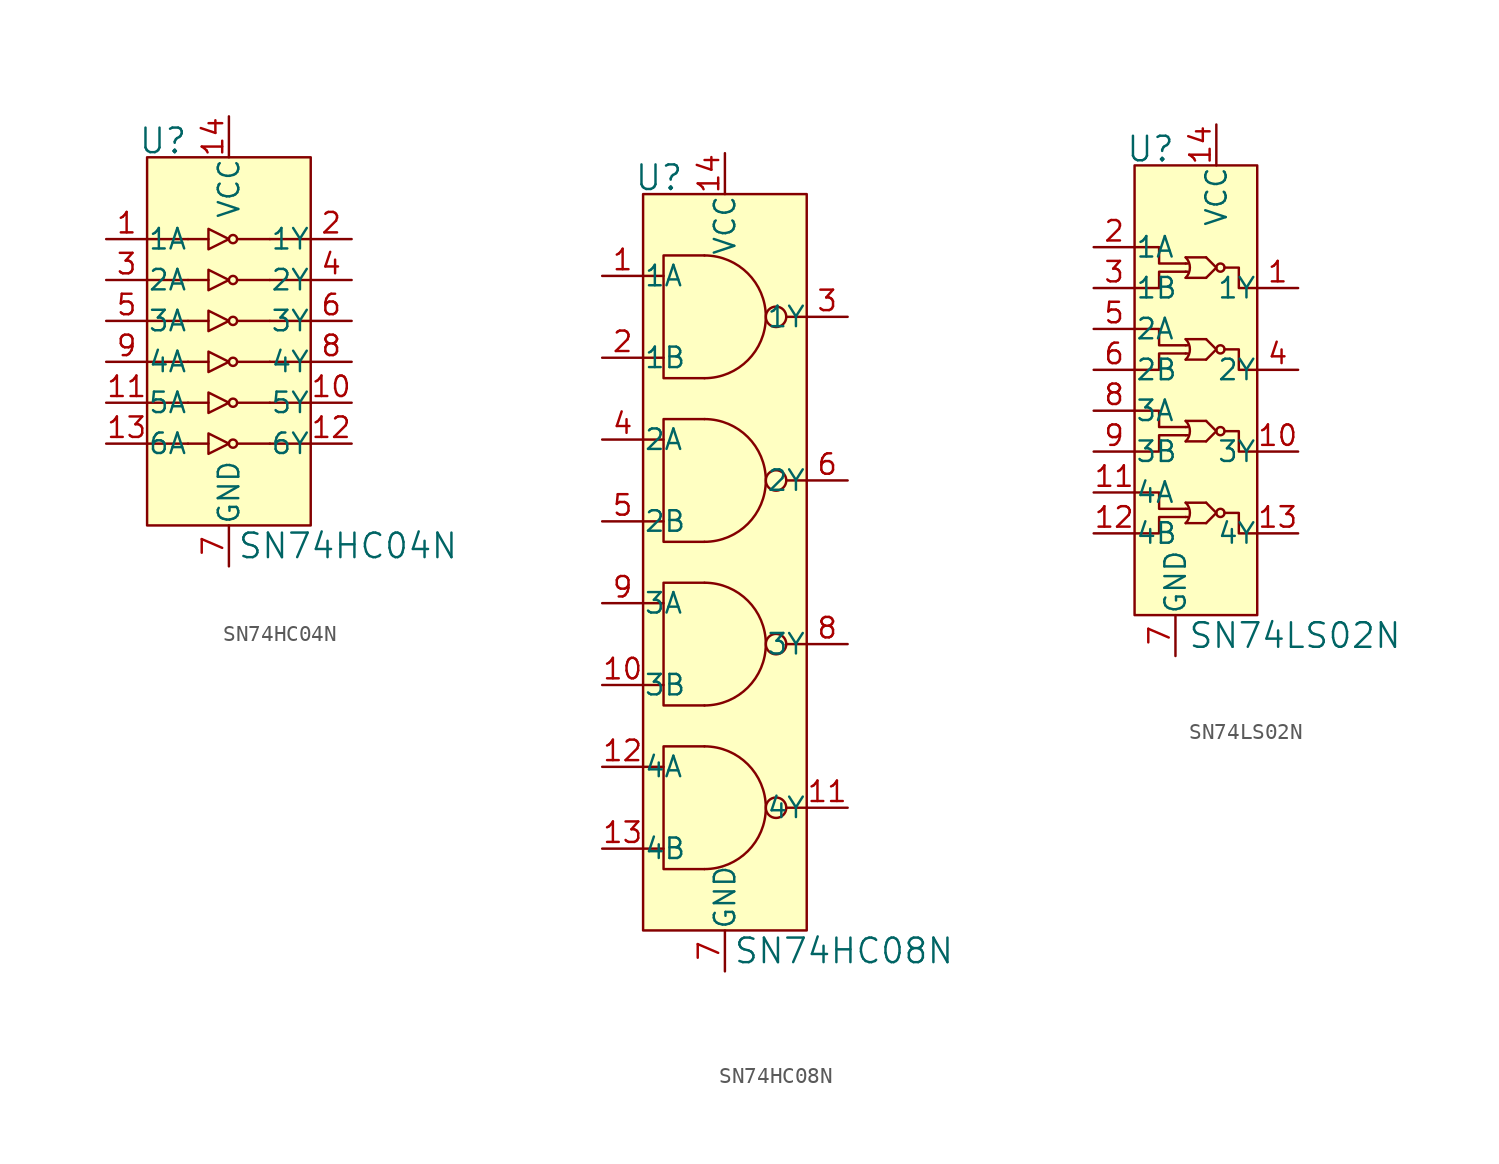
<source format=kicad_sym>
(kicad_symbol_lib
  (version 20220914)
  (generator kicad_symbol_editor)
  (symbol "SN74HC04N"
    (pin_names
      (offset 0.025))
    (property "Reference" "U"
      (at -2.54 13.716 0)
      (effects (font (size 1.524 1.524)) (justify right)))
    (property "Value" "SN74HC04N"
      (at 0.508 -11.43 0)
      (effects (font (size 1.524 1.524)) (justify left)))
    (symbol "SN74HC04N_0_1"
      (rectangle (start -5.08 12.7) (end 5.08 -10.16) (stroke (width 0) (type default)) (fill (type background)))
      (polyline (pts (xy -2.54 -5.08) (xy -5.08 -5.08)) (stroke (width 0) (type default)) (fill (type none)))
      (polyline (pts (xy -2.54 -2.54) (xy -5.08 -2.54)) (stroke (width 0) (type default)) (fill (type none)))
      (polyline (pts (xy -2.54 -2.54) (xy -1.27 -2.54)) (stroke (width 0) (type default)) (fill (type none)))
      (polyline (pts (xy -2.54 0) (xy -5.08 0)) (stroke (width 0) (type default)) (fill (type none)))
      (polyline (pts (xy -2.54 2.54) (xy -5.08 2.54)) (stroke (width 0) (type default)) (fill (type none)))
      (polyline (pts (xy -2.54 2.54) (xy -1.27 2.54)) (stroke (width 0) (type default)) (fill (type none)))
      (polyline (pts (xy -2.54 5.08) (xy -5.08 5.08)) (stroke (width 0) (type default)) (fill (type none)))
      (polyline (pts (xy -2.54 7.62) (xy -5.08 7.62)) (stroke (width 0) (type default)) (fill (type none)))
      (polyline (pts (xy -1.27 -5.08) (xy -2.54 -5.08)) (stroke (width 0) (type default)) (fill (type none)))
      (polyline (pts (xy -1.27 0) (xy -2.54 0)) (stroke (width 0) (type default)) (fill (type none)))
      (polyline (pts (xy -1.27 5.08) (xy -2.54 5.08)) (stroke (width 0) (type default)) (fill (type none)))
      (polyline (pts (xy -1.27 7.62) (xy -2.54 7.62)) (stroke (width 0) (type default)) (fill (type none)))
      (polyline (pts (xy 0.508 -5.08) (xy 2.54 -5.08)) (stroke (width 0) (type default)) (fill (type none)))
      (polyline (pts (xy 0.508 0) (xy 2.54 0)) (stroke (width 0) (type default)) (fill (type none)))
      (polyline (pts (xy 0.508 2.54) (xy 2.54 2.54)) (stroke (width 0) (type default)) (fill (type none)))
      (polyline (pts (xy 0.508 5.08) (xy 2.54 5.08)) (stroke (width 0) (type default)) (fill (type none)))
      (polyline (pts (xy 2.54 -2.54) (xy 0.508 -2.54)) (stroke (width 0) (type default)) (fill (type none)))
      (polyline (pts (xy 2.54 7.62) (xy 0.508 7.62)) (stroke (width 0) (type default)) (fill (type none)))
      (polyline (pts (xy 5.08 -5.08) (xy 2.54 -5.08)) (stroke (width 0) (type default)) (fill (type none)))
      (polyline (pts (xy 5.08 -2.54) (xy 2.54 -2.54)) (stroke (width 0) (type default)) (fill (type none)))
      (polyline (pts (xy 5.08 0) (xy 2.54 0)) (stroke (width 0) (type default)) (fill (type none)))
      (polyline (pts (xy 5.08 2.54) (xy 2.54 2.54)) (stroke (width 0) (type default)) (fill (type none)))
      (polyline (pts (xy 5.08 5.08) (xy 2.54 5.08)) (stroke (width 0) (type default)) (fill (type none)))
      (polyline (pts (xy 5.08 7.62) (xy 2.54 7.62)) (stroke (width 0) (type default)) (fill (type none)))
      (polyline (pts (xy -1.27 -4.445) (xy -1.27 -5.715) (xy 0 -5.08) (xy -1.27 -4.445)) (stroke (width 0) (type default)) (fill (type none)))
      (polyline (pts (xy -1.27 -1.905) (xy -1.27 -3.175) (xy 0 -2.54) (xy -1.27 -1.905)) (stroke (width 0) (type default)) (fill (type none)))
      (polyline (pts (xy -1.27 0.635) (xy -1.27 -0.635) (xy 0 0) (xy -1.27 0.635)) (stroke (width 0) (type default)) (fill (type none)))
      (polyline (pts (xy -1.27 3.175) (xy -1.27 1.905) (xy 0 2.54) (xy -1.27 3.175)) (stroke (width 0) (type default)) (fill (type none)))
      (polyline (pts (xy -1.27 5.715) (xy -1.27 4.445) (xy 0 5.08) (xy -1.27 5.715)) (stroke (width 0) (type default)) (fill (type none)))
      (polyline (pts (xy -1.27 8.255) (xy -1.27 6.985) (xy 0 7.62) (xy -1.27 8.255)) (stroke (width 0) (type default)) (fill (type none)))
      (circle (center 0.254 -5.08) (radius 0.254) (stroke (width 0) (type default)) (fill (type none)))
      (circle (center 0.254 -2.54) (radius 0.254) (stroke (width 0) (type default)) (fill (type none)))
      (circle (center 0.254 0) (radius 0.254) (stroke (width 0) (type default)) (fill (type none)))
      (circle (center 0.254 2.54) (radius 0.254) (stroke (width 0) (type default)) (fill (type none)))
      (circle (center 0.254 5.08) (radius 0.254) (stroke (width 0) (type default)) (fill (type none)))
      (circle (center 0.254 7.62) (radius 0.254) (stroke (width 0) (type default)) (fill (type none))))
    (symbol "SN74HC04N_1_1"
      (pin input line (at -7.62 7.62 0) (length 2.54) (name "1A" (effects (font (size 1.27 1.27)))) (number "1" (effects (font (size 1.27 1.27)))))
      (pin output line (at 7.62 -2.54 180) (length 2.54) (name "5Y" (effects (font (size 1.27 1.27)))) (number "10" (effects (font (size 1.27 1.27)))))
      (pin input line (at -7.62 -2.54 0) (length 2.54) (name "5A" (effects (font (size 1.27 1.27)))) (number "11" (effects (font (size 1.27 1.27)))))
      (pin output line (at 7.62 -5.08 180) (length 2.54) (name "6Y" (effects (font (size 1.27 1.27)))) (number "12" (effects (font (size 1.27 1.27)))))
      (pin input line (at -7.62 -5.08 0) (length 2.54) (name "6A" (effects (font (size 1.27 1.27)))) (number "13" (effects (font (size 1.27 1.27)))))
      (pin power_in line (at 0 15.24 270) (length 2.54) (name "VCC" (effects (font (size 1.27 1.27)))) (number "14" (effects (font (size 1.27 1.27)))))
      (pin output line (at 7.62 7.62 180) (length 2.54) (name "1Y" (effects (font (size 1.27 1.27)))) (number "2" (effects (font (size 1.27 1.27)))))
      (pin input line (at -7.62 5.08 0) (length 2.54) (name "2A" (effects (font (size 1.27 1.27)))) (number "3" (effects (font (size 1.27 1.27)))))
      (pin output line (at 7.62 5.08 180) (length 2.54) (name "2Y" (effects (font (size 1.27 1.27)))) (number "4" (effects (font (size 1.27 1.27)))))
      (pin input line (at -7.62 2.54 0) (length 2.54) (name "3A" (effects (font (size 1.27 1.27)))) (number "5" (effects (font (size 1.27 1.27)))))
      (pin output line (at 7.62 2.54 180) (length 2.54) (name "3Y" (effects (font (size 1.27 1.27)))) (number "6" (effects (font (size 1.27 1.27)))))
      (pin power_in line (at 0 -12.7 90) (length 2.54) (name "GND" (effects (font (size 1.27 1.27)))) (number "7" (effects (font (size 1.27 1.27)))))
      (pin output line (at 7.62 0 180) (length 2.54) (name "4Y" (effects (font (size 1.27 1.27)))) (number "8" (effects (font (size 1.27 1.27)))))
      (pin input line (at -7.62 0 0) (length 2.54) (name "4A" (effects (font (size 1.27 1.27)))) (number "9" (effects (font (size 1.27 1.27)))))))
  (symbol "SN74HC08N"
    (pin_names
      (offset 0.025))
    (property "Reference" "U"
      (at -2.54 8.636 0)
      (effects (font (size 1.524 1.524)) (justify right)))
    (property "Value" "SN74HC08N"
      (at 0.508 -39.37 0)
      (effects (font (size 1.524 1.524)) (justify left)))
    (symbol "SN74HC08N_0_1"
      (rectangle (start -5.08 7.62) (end 5.08 -38.1) (stroke (width 0) (type default)) (fill (type background)))
      (arc (start -1.27 -34.29) (mid 2.5234 -30.48) (end -1.27 -26.67) (stroke (width 0) (type default)) (fill (type none)))
      (arc (start -1.27 -24.13) (mid 2.5234 -20.32) (end -1.27 -16.51) (stroke (width 0) (type default)) (fill (type none)))
      (arc (start -1.27 -13.97) (mid 2.5234 -10.16) (end -1.27 -6.35) (stroke (width 0) (type default)) (fill (type none)))
      (arc (start -1.27 -3.81) (mid 2.5234 0) (end -1.27 3.81) (stroke (width 0) (type default)) (fill (type none)))
      (polyline (pts (xy -5.08 -33.02) (xy -3.81 -33.02)) (stroke (width 0) (type default)) (fill (type none)))
      (polyline (pts (xy -5.08 -22.86) (xy -3.81 -22.86)) (stroke (width 0) (type default)) (fill (type none)))
      (polyline (pts (xy -5.08 -7.62) (xy -3.81 -7.62)) (stroke (width 0) (type default)) (fill (type none)))
      (polyline (pts (xy -3.81 -27.94) (xy -5.08 -27.94)) (stroke (width 0) (type default)) (fill (type none)))
      (polyline (pts (xy -3.81 -17.78) (xy -5.08 -17.78)) (stroke (width 0) (type default)) (fill (type none)))
      (polyline (pts (xy -3.81 -12.7) (xy -5.08 -12.7)) (stroke (width 0) (type default)) (fill (type none)))
      (polyline (pts (xy -3.81 -2.54) (xy -5.08 -2.54)) (stroke (width 0) (type default)) (fill (type none)))
      (polyline (pts (xy -3.81 2.54) (xy -5.08 2.54)) (stroke (width 0) (type default)) (fill (type none)))
      (polyline (pts (xy 3.81 -30.48) (xy 5.08 -30.48)) (stroke (width 0) (type default)) (fill (type none)))
      (polyline (pts (xy 3.81 -20.32) (xy 5.08 -20.32)) (stroke (width 0) (type default)) (fill (type none)))
      (polyline (pts (xy 3.81 -10.16) (xy 5.08 -10.16)) (stroke (width 0) (type default)) (fill (type none)))
      (polyline (pts (xy 3.81 0) (xy 5.08 0)) (stroke (width 0) (type default)) (fill (type none)))
      (polyline (pts (xy -1.27 -26.67) (xy -3.81 -26.67) (xy -3.81 -34.29) (xy -1.27 -34.29)) (stroke (width 0) (type default)) (fill (type none)))
      (polyline (pts (xy -1.27 -16.51) (xy -3.81 -16.51) (xy -3.81 -24.13) (xy -1.27 -24.13)) (stroke (width 0) (type default)) (fill (type none)))
      (polyline (pts (xy -1.27 -6.35) (xy -3.81 -6.35) (xy -3.81 -13.97) (xy -1.27 -13.97)) (stroke (width 0) (type default)) (fill (type none)))
      (polyline (pts (xy -1.27 3.81) (xy -3.81 3.81) (xy -3.81 -3.81) (xy -1.27 -3.81)) (stroke (width 0) (type default)) (fill (type none)))
      (circle (center 3.175 -30.48) (radius 0.635) (stroke (width 0) (type default)) (fill (type none)))
      (circle (center 3.175 -20.32) (radius 0.635) (stroke (width 0) (type default)) (fill (type none)))
      (circle (center 3.175 -10.16) (radius 0.635) (stroke (width 0) (type default)) (fill (type none)))
      (circle (center 3.175 0) (radius 0.635) (stroke (width 0) (type default)) (fill (type none))))
    (symbol "SN74HC08N_1_1"
      (pin input line (at -7.62 2.54 0) (length 2.54) (name "1A" (effects (font (size 1.27 1.27)))) (number "1" (effects (font (size 1.27 1.27)))))
      (pin input line (at -7.62 -22.86 0) (length 2.54) (name "3B" (effects (font (size 1.27 1.27)))) (number "10" (effects (font (size 1.27 1.27)))))
      (pin output line (at 7.62 -30.48 180) (length 2.54) (name "4Y" (effects (font (size 1.27 1.27)))) (number "11" (effects (font (size 1.27 1.27)))))
      (pin input line (at -7.62 -27.94 0) (length 2.54) (name "4A" (effects (font (size 1.27 1.27)))) (number "12" (effects (font (size 1.27 1.27)))))
      (pin input line (at -7.62 -33.02 0) (length 2.54) (name "4B" (effects (font (size 1.27 1.27)))) (number "13" (effects (font (size 1.27 1.27)))))
      (pin power_in line (at 0 10.16 270) (length 2.54) (name "VCC" (effects (font (size 1.27 1.27)))) (number "14" (effects (font (size 1.27 1.27)))))
      (pin input line (at -7.62 -2.54 0) (length 2.54) (name "1B" (effects (font (size 1.27 1.27)))) (number "2" (effects (font (size 1.27 1.27)))))
      (pin output line (at 7.62 0 180) (length 2.54) (name "1Y" (effects (font (size 1.27 1.27)))) (number "3" (effects (font (size 1.27 1.27)))))
      (pin input line (at -7.62 -7.62 0) (length 2.54) (name "2A" (effects (font (size 1.27 1.27)))) (number "4" (effects (font (size 1.27 1.27)))))
      (pin input line (at -7.62 -12.7 0) (length 2.54) (name "2B" (effects (font (size 1.27 1.27)))) (number "5" (effects (font (size 1.27 1.27)))))
      (pin output line (at 7.62 -10.16 180) (length 2.54) (name "2Y" (effects (font (size 1.27 1.27)))) (number "6" (effects (font (size 1.27 1.27)))))
      (pin power_in line (at 0 -40.64 90) (length 2.54) (name "GND" (effects (font (size 1.27 1.27)))) (number "7" (effects (font (size 1.27 1.27)))))
      (pin output line (at 7.62 -20.32 180) (length 2.54) (name "3Y" (effects (font (size 1.27 1.27)))) (number "8" (effects (font (size 1.27 1.27)))))
      (pin input line (at -7.62 -17.78 0) (length 2.54) (name "3A" (effects (font (size 1.27 1.27)))) (number "9" (effects (font (size 1.27 1.27)))))))
  (symbol "SN74LS02N"
    (pin_names
      (offset 0.025))
    (property "Reference" "U"
      (at -2.54 8.636 0)
      (effects (font (size 1.524 1.524)) (justify right)))
    (property "Value" "SN74LS02N"
      (at -1.778 -21.59 0)
      (effects (font (size 1.524 1.524)) (justify left)))
    (symbol "SN74LS02N_0_1"
      (rectangle (start -5.08 7.62) (end 2.54 -20.32) (stroke (width 0) (type default)) (fill (type background)))
      (arc (start -1.905 -14.605) (mid -1.642 -13.97) (end -1.905 -13.335) (stroke (width 0) (type default)) (fill (type none)))
      (arc (start -1.905 -9.525) (mid -1.642 -8.89) (end -1.905 -8.255) (stroke (width 0) (type default)) (fill (type none)))
      (arc (start -1.905 -4.445) (mid -1.642 -3.81) (end -1.905 -3.175) (stroke (width 0) (type default)) (fill (type none)))
      (arc (start -1.905 0.635) (mid -1.642 1.27) (end -1.905 1.905) (stroke (width 0) (type default)) (fill (type none)))
      (polyline (pts (xy -1.905 -14.224) (xy -1.778 -14.224)) (stroke (width 0) (type default)) (fill (type none)))
      (polyline (pts (xy -1.905 -13.716) (xy -1.778 -13.716)) (stroke (width 0) (type default)) (fill (type none)))
      (polyline (pts (xy -1.905 -9.144) (xy -1.778 -9.144)) (stroke (width 0) (type default)) (fill (type none)))
      (polyline (pts (xy -1.905 -8.636) (xy -1.778 -8.636)) (stroke (width 0) (type default)) (fill (type none)))
      (polyline (pts (xy -1.905 -4.064) (xy -1.778 -4.064)) (stroke (width 0) (type default)) (fill (type none)))
      (polyline (pts (xy -1.905 -3.556) (xy -1.778 -3.556)) (stroke (width 0) (type default)) (fill (type none)))
      (polyline (pts (xy -1.905 1.016) (xy -1.778 1.016)) (stroke (width 0) (type default)) (fill (type none)))
      (polyline (pts (xy -1.905 1.524) (xy -1.778 1.524)) (stroke (width 0) (type default)) (fill (type none)))
      (polyline (pts (xy -0.635 -14.605) (xy -1.905 -14.605)) (stroke (width 0) (type default)) (fill (type none)))
      (polyline (pts (xy -0.635 -13.335) (xy -1.905 -13.335)) (stroke (width 0) (type default)) (fill (type none)))
      (polyline (pts (xy -0.635 -9.525) (xy -1.905 -9.525)) (stroke (width 0) (type default)) (fill (type none)))
      (polyline (pts (xy -0.635 -8.255) (xy -1.905 -8.255)) (stroke (width 0) (type default)) (fill (type none)))
      (polyline (pts (xy -0.635 -4.445) (xy -1.905 -4.445)) (stroke (width 0) (type default)) (fill (type none)))
      (polyline (pts (xy -0.635 -3.175) (xy -1.905 -3.175)) (stroke (width 0) (type default)) (fill (type none)))
      (polyline (pts (xy -0.635 0.635) (xy -1.905 0.635)) (stroke (width 0) (type default)) (fill (type none)))
      (polyline (pts (xy -0.635 1.905) (xy -1.905 1.905)) (stroke (width 0) (type default)) (fill (type none)))
      (polyline (pts (xy -0.635 -13.335) (xy 0 -13.97) (xy -0.635 -14.605)) (stroke (width 0) (type default)) (fill (type none)))
      (polyline (pts (xy -0.635 -8.255) (xy 0 -8.89) (xy -0.635 -9.525)) (stroke (width 0) (type default)) (fill (type none)))
      (polyline (pts (xy -0.635 -3.175) (xy 0 -3.81) (xy -0.635 -4.445)) (stroke (width 0) (type default)) (fill (type none)))
      (polyline (pts (xy -0.635 1.905) (xy 0 1.27) (xy -0.635 0.635)) (stroke (width 0) (type default)) (fill (type none)))
      (polyline (pts (xy -5.08 -15.24) (xy -3.556 -15.24) (xy -3.556 -14.224) (xy -1.905 -14.224)) (stroke (width 0) (type default)) (fill (type none)))
      (polyline (pts (xy -5.08 -10.16) (xy -3.556 -10.16) (xy -3.556 -9.144) (xy -1.905 -9.144)) (stroke (width 0) (type default)) (fill (type none)))
      (polyline (pts (xy -5.08 -5.08) (xy -3.556 -5.08) (xy -3.556 -4.064) (xy -1.905 -4.064)) (stroke (width 0) (type default)) (fill (type none)))
      (polyline (pts (xy -5.08 0) (xy -3.556 0) (xy -3.556 1.016) (xy -1.905 1.016)) (stroke (width 0) (type default)) (fill (type none)))
      (polyline (pts (xy -1.905 -13.716) (xy -3.556 -13.716) (xy -3.556 -12.7) (xy -5.08 -12.7)) (stroke (width 0) (type default)) (fill (type none)))
      (polyline (pts (xy -1.905 -8.636) (xy -3.556 -8.636) (xy -3.556 -7.62) (xy -5.08 -7.62)) (stroke (width 0) (type default)) (fill (type none)))
      (polyline (pts (xy -1.905 -3.556) (xy -3.556 -3.556) (xy -3.556 -2.54) (xy -5.08 -2.54)) (stroke (width 0) (type default)) (fill (type none)))
      (polyline (pts (xy -1.905 1.524) (xy -3.556 1.524) (xy -3.556 2.54) (xy -5.08 2.54)) (stroke (width 0) (type default)) (fill (type none)))
      (polyline (pts (xy 0.508 -13.97) (xy 1.397 -13.97) (xy 1.397 -15.24) (xy 2.54 -15.24)) (stroke (width 0) (type default)) (fill (type none)))
      (polyline (pts (xy 0.508 -8.89) (xy 1.397 -8.89) (xy 1.397 -10.16) (xy 2.54 -10.16)) (stroke (width 0) (type default)) (fill (type none)))
      (polyline (pts (xy 0.508 -3.81) (xy 1.397 -3.81) (xy 1.397 -5.08) (xy 2.54 -5.08)) (stroke (width 0) (type default)) (fill (type none)))
      (polyline (pts (xy 0.508 1.27) (xy 1.397 1.27) (xy 1.397 0) (xy 2.54 0)) (stroke (width 0) (type default)) (fill (type none)))
      (circle (center 0.254 -13.97) (radius 0.254) (stroke (width 0) (type default)) (fill (type none)))
      (circle (center 0.254 -8.89) (radius 0.254) (stroke (width 0) (type default)) (fill (type none)))
      (circle (center 0.254 -3.81) (radius 0.254) (stroke (width 0) (type default)) (fill (type none)))
      (circle (center 0.254 1.27) (radius 0.254) (stroke (width 0) (type default)) (fill (type none))))
    (symbol "SN74LS02N_1_1"
      (pin output line (at 5.08 0 180) (length 2.54) (name "1Y" (effects (font (size 1.27 1.27)))) (number "1" (effects (font (size 1.27 1.27)))))
      (pin output line (at 5.08 -10.16 180) (length 2.54) (name "3Y" (effects (font (size 1.27 1.27)))) (number "10" (effects (font (size 1.27 1.27)))))
      (pin input line (at -7.62 -12.7 0) (length 2.54) (name "4A" (effects (font (size 1.27 1.27)))) (number "11" (effects (font (size 1.27 1.27)))))
      (pin input line (at -7.62 -15.24 0) (length 2.54) (name "4B" (effects (font (size 1.27 1.27)))) (number "12" (effects (font (size 1.27 1.27)))))
      (pin output line (at 5.08 -15.24 180) (length 2.54) (name "4Y" (effects (font (size 1.27 1.27)))) (number "13" (effects (font (size 1.27 1.27)))))
      (pin power_in line (at 0 10.16 270) (length 2.54) (name "VCC" (effects (font (size 1.27 1.27)))) (number "14" (effects (font (size 1.27 1.27)))))
      (pin input line (at -7.62 2.54 0) (length 2.54) (name "1A" (effects (font (size 1.27 1.27)))) (number "2" (effects (font (size 1.27 1.27)))))
      (pin input line (at -7.62 0 0) (length 2.54) (name "1B" (effects (font (size 1.27 1.27)))) (number "3" (effects (font (size 1.27 1.27)))))
      (pin output line (at 5.08 -5.08 180) (length 2.54) (name "2Y" (effects (font (size 1.27 1.27)))) (number "4" (effects (font (size 1.27 1.27)))))
      (pin input line (at -7.62 -2.54 0) (length 2.54) (name "2A" (effects (font (size 1.27 1.27)))) (number "5" (effects (font (size 1.27 1.27)))))
      (pin input line (at -7.62 -5.08 0) (length 2.54) (name "2B" (effects (font (size 1.27 1.27)))) (number "6" (effects (font (size 1.27 1.27)))))
      (pin power_in line (at -2.54 -22.86 90) (length 2.54) (name "GND" (effects (font (size 1.27 1.27)))) (number "7" (effects (font (size 1.27 1.27)))))
      (pin input line (at -7.62 -7.62 0) (length 2.54) (name "3A" (effects (font (size 1.27 1.27)))) (number "8" (effects (font (size 1.27 1.27)))))
      (pin input line (at -7.62 -10.16 0) (length 2.54) (name "3B" (effects (font (size 1.27 1.27)))) (number "9" (effects (font (size 1.27 1.27))))))))
</source>
